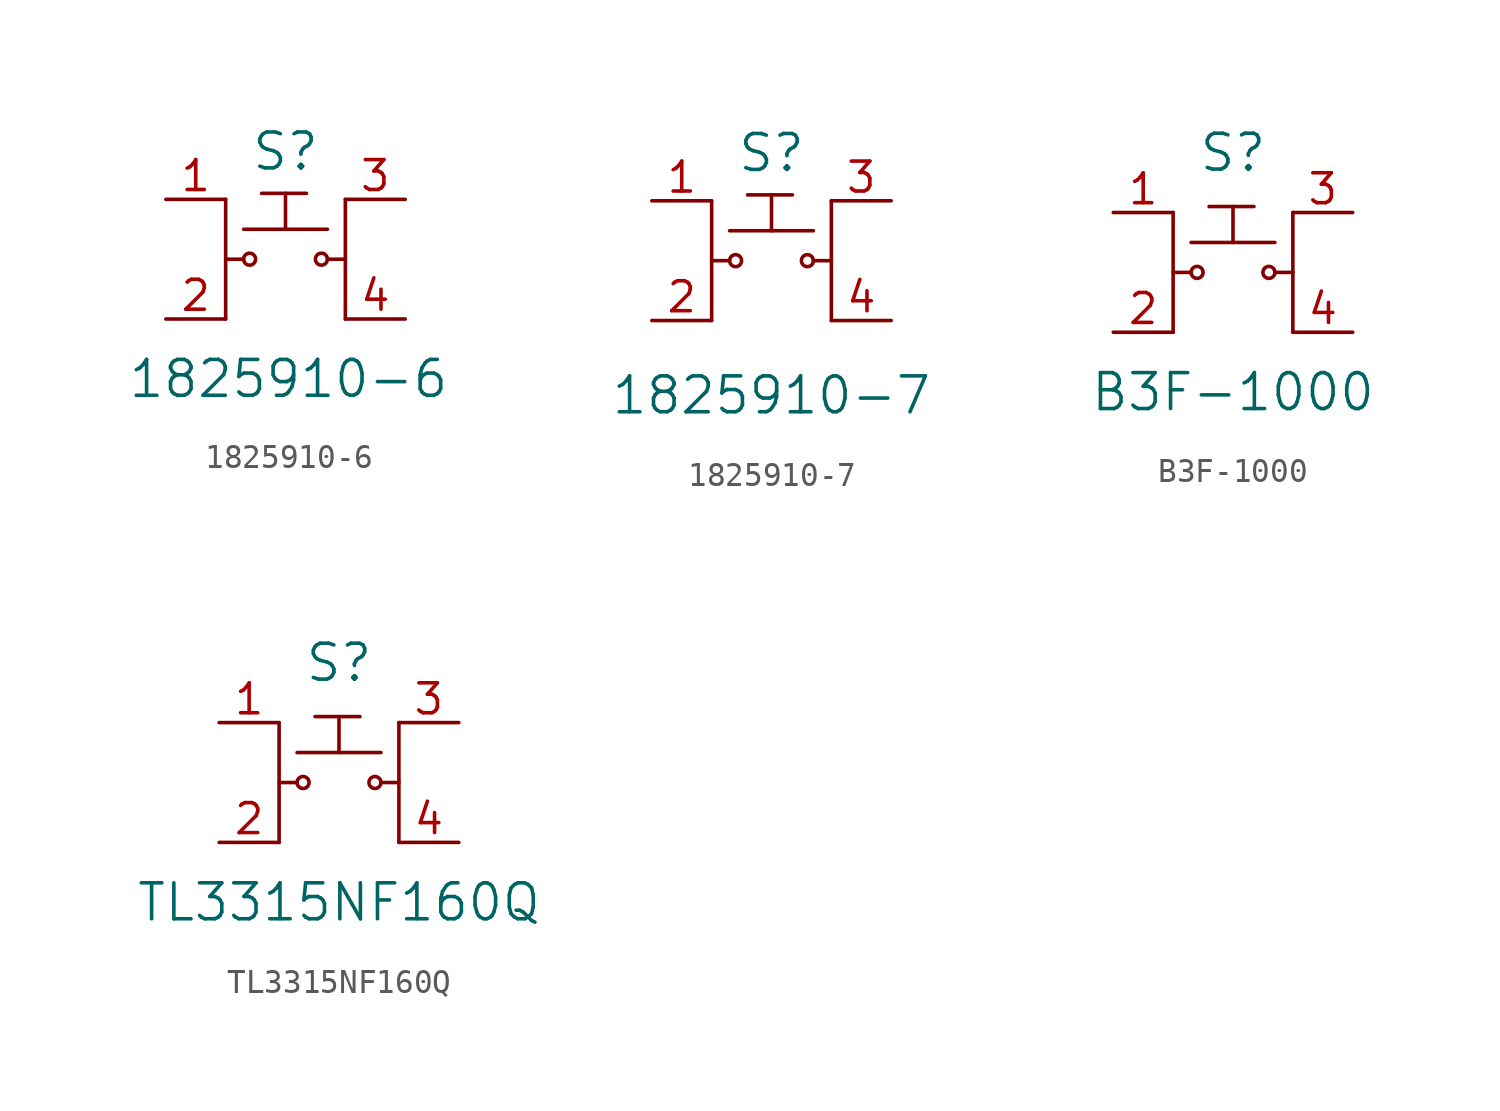
<source format=kicad_sym>
(kicad_symbol_lib
  (version 20211014)
  (generator kicad_symbol_editor)
  (symbol "1825910-6"
    (pin_names
      (offset 1.016))
    (property "Reference" "S"
      (at 0 4.572 0)
      (effects (font (size 1.524 1.524))))
    (property "Value" "1825910-6"
      (at 0.127 -5.08 0)
      (effects (font (size 1.524 1.524))))
    (symbol "1825910-6_0_1"
      (circle (center -1.524 0) (radius 0.254) (stroke (width 0) (type default) (color 0 0 0 0)) (fill (type none)))
      (polyline (pts (xy -2.54 2.54) (xy -2.54 -2.54)) (stroke (width 0) (type default) (color 0 0 0 0)) (fill (type none)))
      (polyline (pts (xy -1.778 0) (xy -2.54 0)) (stroke (width 0) (type default) (color 0 0 0 0)) (fill (type none)))
      (polyline (pts (xy -1.778 1.27) (xy 1.778 1.27)) (stroke (width 0) (type default) (color 0 0 0 0)) (fill (type none)))
      (polyline (pts (xy 2.54 -2.54) (xy 2.54 2.54)) (stroke (width 0) (type default) (color 0 0 0 0)) (fill (type none)))
      (polyline (pts (xy 2.54 0) (xy 1.778 0)) (stroke (width 0) (type default) (color 0 0 0 0)) (fill (type none)))
      (circle (center 1.524 0) (radius 0.254) (stroke (width 0) (type default) (color 0 0 0 0)) (fill (type none))))
    (symbol "1825910-6_1_1"
      (polyline (pts (xy -1.016 2.794) (xy 0.889 2.794)) (stroke (width 0) (type default) (color 0 0 0 0)) (fill (type none)))
      (polyline (pts (xy 0 2.794) (xy 0 1.27)) (stroke (width 0) (type default) (color 0 0 0 0)) (fill (type none)))
      (pin passive line (at -5.08 2.54 0) (length 2.54) (name "~" (effects (font (size 1.27 1.27)))) (number "1" (effects (font (size 1.27 1.27)))))
      (pin passive line (at -5.08 -2.54 0) (length 2.54) (name "~" (effects (font (size 1.27 1.27)))) (number "2" (effects (font (size 1.27 1.27)))))
      (pin passive line (at 5.08 2.54 180) (length 2.54) (name "~" (effects (font (size 1.27 1.27)))) (number "3" (effects (font (size 1.27 1.27)))))
      (pin passive line (at 5.08 -2.54 180) (length 2.54) (name "~" (effects (font (size 1.27 1.27)))) (number "4" (effects (font (size 1.27 1.27)))))))
  (symbol "1825910-7"
    (pin_names
      (offset 1.016))
    (property "Reference" "S"
      (at 0 4.572 0)
      (effects (font (size 1.524 1.524))))
    (property "Value" "1825910-7"
      (at 0 -5.715 0)
      (effects (font (size 1.524 1.524))))
    (symbol "1825910-7_0_1"
      (circle (center -1.524 0) (radius 0.254) (stroke (width 0) (type default) (color 0 0 0 0)) (fill (type none)))
      (polyline (pts (xy -2.54 2.54) (xy -2.54 -2.54)) (stroke (width 0) (type default) (color 0 0 0 0)) (fill (type none)))
      (polyline (pts (xy -1.778 0) (xy -2.54 0)) (stroke (width 0) (type default) (color 0 0 0 0)) (fill (type none)))
      (polyline (pts (xy -1.778 1.27) (xy 1.778 1.27)) (stroke (width 0) (type default) (color 0 0 0 0)) (fill (type none)))
      (polyline (pts (xy 2.54 -2.54) (xy 2.54 2.54)) (stroke (width 0) (type default) (color 0 0 0 0)) (fill (type none)))
      (polyline (pts (xy 2.54 0) (xy 1.778 0)) (stroke (width 0) (type default) (color 0 0 0 0)) (fill (type none)))
      (circle (center 1.524 0) (radius 0.254) (stroke (width 0) (type default) (color 0 0 0 0)) (fill (type none))))
    (symbol "1825910-7_1_1"
      (polyline (pts (xy -1.016 2.794) (xy 0.889 2.794)) (stroke (width 0) (type default) (color 0 0 0 0)) (fill (type none)))
      (polyline (pts (xy 0 2.794) (xy 0 1.27)) (stroke (width 0) (type default) (color 0 0 0 0)) (fill (type none)))
      (pin passive line (at -5.08 2.54 0) (length 2.54) (name "~" (effects (font (size 1.27 1.27)))) (number "1" (effects (font (size 1.27 1.27)))))
      (pin passive line (at -5.08 -2.54 0) (length 2.54) (name "~" (effects (font (size 1.27 1.27)))) (number "2" (effects (font (size 1.27 1.27)))))
      (pin passive line (at 5.08 2.54 180) (length 2.54) (name "~" (effects (font (size 1.27 1.27)))) (number "3" (effects (font (size 1.27 1.27)))))
      (pin passive line (at 5.08 -2.54 180) (length 2.54) (name "~" (effects (font (size 1.27 1.27)))) (number "4" (effects (font (size 1.27 1.27)))))))
  (symbol "B3F-1000"
    (pin_names
      (offset 1.016))
    (property "Reference" "S"
      (at 0 5.08 0)
      (effects (font (size 1.524 1.524))))
    (property "Value" "B3F-1000"
      (at 0 -5.08 0)
      (effects (font (size 1.524 1.524))))
    (symbol "B3F-1000_0_1"
      (circle (center -1.524 0) (radius 0.254) (stroke (width 0) (type default) (color 0 0 0 0)) (fill (type none)))
      (polyline (pts (xy -2.54 2.54) (xy -2.54 -2.54)) (stroke (width 0) (type default) (color 0 0 0 0)) (fill (type none)))
      (polyline (pts (xy -1.778 0) (xy -2.54 0)) (stroke (width 0) (type default) (color 0 0 0 0)) (fill (type none)))
      (polyline (pts (xy -1.778 1.27) (xy 1.778 1.27)) (stroke (width 0) (type default) (color 0 0 0 0)) (fill (type none)))
      (polyline (pts (xy 2.54 -2.54) (xy 2.54 2.54)) (stroke (width 0) (type default) (color 0 0 0 0)) (fill (type none)))
      (polyline (pts (xy 2.54 0) (xy 1.778 0)) (stroke (width 0) (type default) (color 0 0 0 0)) (fill (type none)))
      (circle (center 1.524 0) (radius 0.254) (stroke (width 0) (type default) (color 0 0 0 0)) (fill (type none))))
    (symbol "B3F-1000_1_1"
      (polyline (pts (xy -1.016 2.794) (xy 0.889 2.794)) (stroke (width 0) (type default) (color 0 0 0 0)) (fill (type none)))
      (polyline (pts (xy 0 2.794) (xy 0 1.27)) (stroke (width 0) (type default) (color 0 0 0 0)) (fill (type none)))
      (pin passive line (at -5.08 2.54 0) (length 2.54) (name "~" (effects (font (size 1.27 1.27)))) (number "1" (effects (font (size 1.27 1.27)))))
      (pin passive line (at -5.08 -2.54 0) (length 2.54) (name "~" (effects (font (size 1.27 1.27)))) (number "2" (effects (font (size 1.27 1.27)))))
      (pin passive line (at 5.08 2.54 180) (length 2.54) (name "~" (effects (font (size 1.27 1.27)))) (number "3" (effects (font (size 1.27 1.27)))))
      (pin passive line (at 5.08 -2.54 180) (length 2.54) (name "~" (effects (font (size 1.27 1.27)))) (number "4" (effects (font (size 1.27 1.27)))))))
  (symbol "TL3315NF160Q"
    (pin_names
      (offset 1.016))
    (property "Reference" "S"
      (at 0 5.08 0)
      (effects (font (size 1.524 1.524))))
    (property "Value" "TL3315NF160Q"
      (at 0 -5.08 0)
      (effects (font (size 1.524 1.524))))
    (symbol "TL3315NF160Q_0_1"
      (circle (center -1.524 0) (radius 0.254) (stroke (width 0) (type default) (color 0 0 0 0)) (fill (type none)))
      (polyline (pts (xy -2.54 2.54) (xy -2.54 -2.54)) (stroke (width 0) (type default) (color 0 0 0 0)) (fill (type none)))
      (polyline (pts (xy -1.778 0) (xy -2.54 0)) (stroke (width 0) (type default) (color 0 0 0 0)) (fill (type none)))
      (polyline (pts (xy -1.778 1.27) (xy 1.778 1.27)) (stroke (width 0) (type default) (color 0 0 0 0)) (fill (type none)))
      (polyline (pts (xy 2.54 -2.54) (xy 2.54 2.54)) (stroke (width 0) (type default) (color 0 0 0 0)) (fill (type none)))
      (polyline (pts (xy 2.54 0) (xy 1.778 0)) (stroke (width 0) (type default) (color 0 0 0 0)) (fill (type none)))
      (circle (center 1.524 0) (radius 0.254) (stroke (width 0) (type default) (color 0 0 0 0)) (fill (type none))))
    (symbol "TL3315NF160Q_1_1"
      (polyline (pts (xy -1.016 2.794) (xy 0.889 2.794)) (stroke (width 0) (type default) (color 0 0 0 0)) (fill (type none)))
      (polyline (pts (xy 0 2.794) (xy 0 1.27)) (stroke (width 0) (type default) (color 0 0 0 0)) (fill (type none)))
      (pin passive line (at -5.08 2.54 0) (length 2.54) (name "~" (effects (font (size 1.27 1.27)))) (number "1" (effects (font (size 1.27 1.27)))))
      (pin passive line (at -5.08 -2.54 0) (length 2.54) (name "~" (effects (font (size 1.27 1.27)))) (number "2" (effects (font (size 1.27 1.27)))))
      (pin passive line (at 5.08 2.54 180) (length 2.54) (name "~" (effects (font (size 1.27 1.27)))) (number "3" (effects (font (size 1.27 1.27)))))
      (pin passive line (at 5.08 -2.54 180) (length 2.54) (name "~" (effects (font (size 1.27 1.27)))) (number "4" (effects (font (size 1.27 1.27))))))))
</source>
